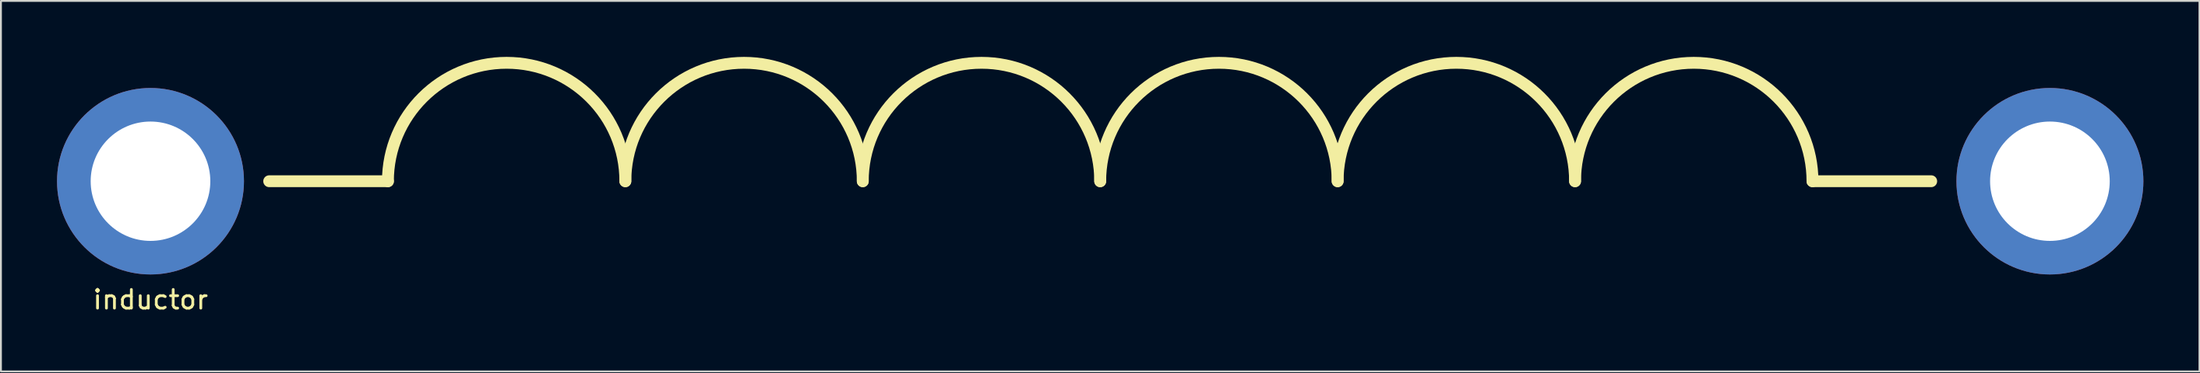
<source format=kicad_pcb>
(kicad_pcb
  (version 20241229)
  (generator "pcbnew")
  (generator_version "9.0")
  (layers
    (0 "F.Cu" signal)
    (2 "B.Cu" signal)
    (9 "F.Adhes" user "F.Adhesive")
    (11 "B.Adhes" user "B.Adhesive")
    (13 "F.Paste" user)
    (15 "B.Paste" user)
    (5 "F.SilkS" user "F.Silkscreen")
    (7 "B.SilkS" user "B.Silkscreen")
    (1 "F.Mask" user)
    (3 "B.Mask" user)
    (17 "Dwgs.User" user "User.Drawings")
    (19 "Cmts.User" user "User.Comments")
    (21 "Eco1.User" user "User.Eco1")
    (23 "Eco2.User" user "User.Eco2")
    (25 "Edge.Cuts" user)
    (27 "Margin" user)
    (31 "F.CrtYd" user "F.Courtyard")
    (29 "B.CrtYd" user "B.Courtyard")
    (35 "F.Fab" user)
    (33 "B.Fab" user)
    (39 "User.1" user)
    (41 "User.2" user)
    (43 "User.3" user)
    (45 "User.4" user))
  (footprint "inductor"
    (layer "F.Cu")
    (at 55.8 6.668)
    (property "Reference" "inductor" (at -50.8 6.35 0) (unlocked yes) (layer "F.SilkS") (effects (font (size 1 1) (thickness 0.15))))
    (attr through_hole)
    (fp_line (start -44.45 0) (end -38.1 0) (stroke (width 0.635) (type solid)) (layer "F.SilkS"))
    (fp_line (start 38.1 0) (end 44.45 0) (stroke (width 0.635) (type solid)) (layer "F.SilkS"))
    (fp_arc (start -38.1 0) (mid -31.75 -6.35) (end -25.4 0) (stroke (width 0.635) (type solid)) (layer "F.SilkS"))
    (fp_arc (start -25.4 0) (mid -19.05 -6.35) (end -12.7 0) (stroke (width 0.635) (type solid)) (layer "F.SilkS"))
    (fp_arc (start -12.7 0) (mid -6.35 -6.35) (end 0 0) (stroke (width 0.635) (type solid)) (layer "F.SilkS"))
    (fp_arc (start 0 0) (mid 6.35 -6.35) (end 12.7 0) (stroke (width 0.635) (type solid)) (layer "F.SilkS"))
    (fp_arc (start 12.7 0) (mid 19.05 -6.35) (end 25.4 0) (stroke (width 0.635) (type solid)) (layer "F.SilkS"))
    (fp_arc (start 25.4 0) (mid 31.75 -6.35) (end 38.1 0) (stroke (width 0.635) (type solid)) (layer "F.SilkS"))
    (pad "1" thru_hole circle (at -50.8 0) (size 10 10) (drill 6.4) (layers "*.Cu" "*.Mask"))
    (pad "2" thru_hole circle (at 50.8 0) (size 10 10) (drill 6.4) (layers "*.Cu" "*.Mask")))
  (gr_rect
    (start -3 -3)
    (end 114.6 16.866)
    (stroke (width 0.1) (type default))
    (fill no)
    (layer "Edge.Cuts")))
</source>
